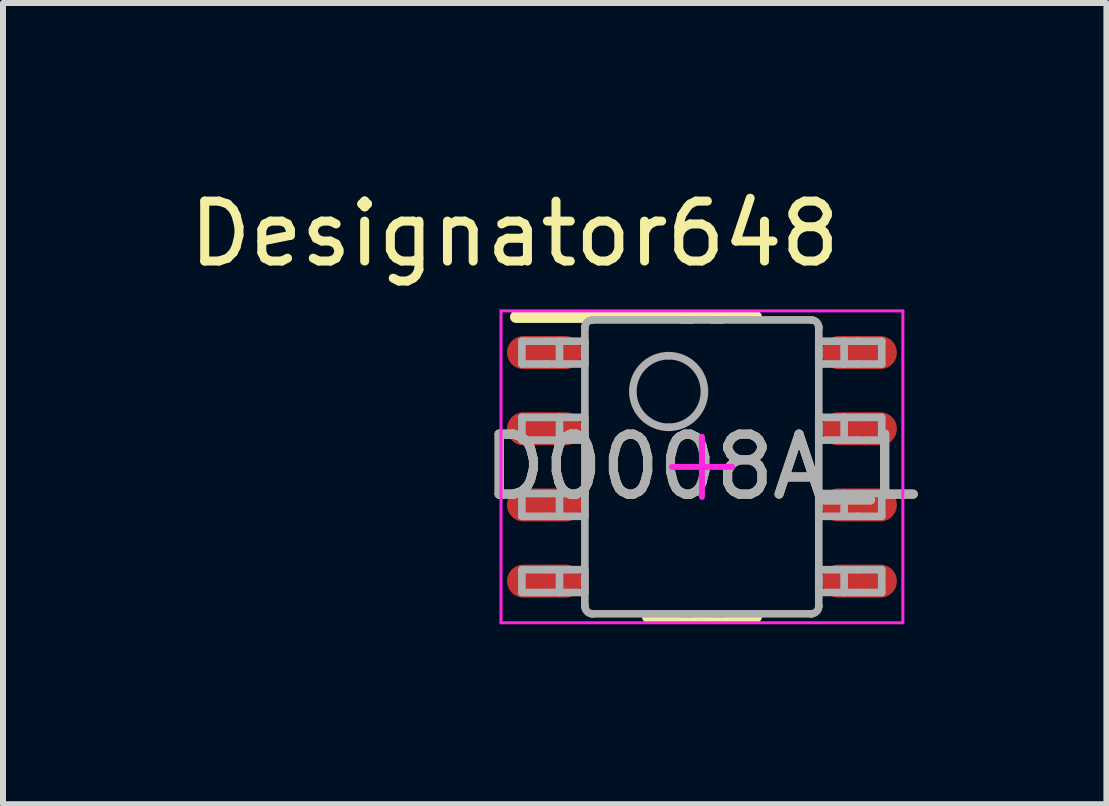
<source format=kicad_pcb>
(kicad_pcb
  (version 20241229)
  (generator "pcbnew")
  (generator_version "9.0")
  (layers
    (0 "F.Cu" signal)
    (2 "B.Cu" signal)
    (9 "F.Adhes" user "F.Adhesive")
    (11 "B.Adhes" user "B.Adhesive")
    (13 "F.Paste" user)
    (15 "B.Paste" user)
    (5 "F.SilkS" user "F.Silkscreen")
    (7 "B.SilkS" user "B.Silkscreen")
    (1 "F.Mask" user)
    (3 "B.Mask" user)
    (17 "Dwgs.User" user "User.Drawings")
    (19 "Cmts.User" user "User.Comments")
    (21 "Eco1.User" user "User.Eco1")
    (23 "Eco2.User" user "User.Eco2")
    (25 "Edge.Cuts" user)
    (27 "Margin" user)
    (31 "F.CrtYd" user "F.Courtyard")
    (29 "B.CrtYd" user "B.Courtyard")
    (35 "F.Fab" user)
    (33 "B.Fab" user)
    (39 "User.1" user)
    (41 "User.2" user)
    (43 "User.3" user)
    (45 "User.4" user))
  (footprint "D0008A_L"
    (layer "F.Cu")
    (at 8.654 4.734)
    (property "Reference" "D0008A_L" (at 0 0 0) (unlocked yes) (layer "F.SilkS") (effects (font (size 1 1) (thickness 0.15))))
    (attr smd)
    (fp_line (start -3.1 -2.5) (end 0.9 -2.5) (stroke (width 0.2) (type solid)) (layer "F.SilkS"))
    (fp_line (start -0.9 2.5) (end 0.9 2.5) (stroke (width 0.2) (type solid)) (layer "F.SilkS"))
    (fp_line (start -3.35 -2.6) (end 3.35 -2.6) (stroke (width 0.05) (type solid)) (layer "F.CrtYd"))
    (fp_line (start -3.35 2.6) (end -3.35 -2.6) (stroke (width 0.05) (type solid)) (layer "F.CrtYd"))
    (fp_line (start -3.35 2.6) (end 3.35 2.6) (stroke (width 0.05) (type solid)) (layer "F.CrtYd"))
    (fp_line (start -0.5 0) (end 0.5 0) (stroke (width 0.1) (type solid)) (layer "F.CrtYd"))
    (fp_line (start 0 0.5) (end 0 -0.5) (stroke (width 0.1) (type solid)) (layer "F.CrtYd"))
    (fp_line (start 3.35 2.6) (end 3.35 -2.6) (stroke (width 0.05) (type solid)) (layer "F.CrtYd"))
    (fp_line (start -3.002 -2.095) (end -2.589 -2.095) (stroke (width 0.127) (type solid)) (layer "F.Fab"))
    (fp_line (start -3.002 -1.715) (end -3.002 -2.095) (stroke (width 0.127) (type solid)) (layer "F.Fab"))
    (fp_line (start -3.002 -1.715) (end -2.589 -1.715) (stroke (width 0.127) (type solid)) (layer "F.Fab"))
    (fp_line (start -3.002 -0.825) (end -2.589 -0.825) (stroke (width 0.127) (type solid)) (layer "F.Fab"))
    (fp_line (start -3.002 -0.445) (end -3.002 -0.825) (stroke (width 0.127) (type solid)) (layer "F.Fab"))
    (fp_line (start -3.002 -0.445) (end -2.589 -0.445) (stroke (width 0.127) (type solid)) (layer "F.Fab"))
    (fp_line (start -3.002 0.445) (end -2.589 0.445) (stroke (width 0.127) (type solid)) (layer "F.Fab"))
    (fp_line (start -3.002 0.825) (end -3.002 0.445) (stroke (width 0.127) (type solid)) (layer "F.Fab"))
    (fp_line (start -3.002 0.825) (end -2.589 0.825) (stroke (width 0.127) (type solid)) (layer "F.Fab"))
    (fp_line (start -3.002 1.715) (end -2.589 1.715) (stroke (width 0.127) (type solid)) (layer "F.Fab"))
    (fp_line (start -3.002 2.095) (end -3.002 1.715) (stroke (width 0.127) (type solid)) (layer "F.Fab"))
    (fp_line (start -3.002 2.095) (end -2.589 2.095) (stroke (width 0.127) (type solid)) (layer "F.Fab"))
    (fp_line (start -2.589 -2.095) (end -2.375 -2.095) (stroke (width 0.127) (type solid)) (layer "F.Fab"))
    (fp_line (start -2.589 -1.715) (end -2.375 -1.715) (stroke (width 0.127) (type solid)) (layer "F.Fab"))
    (fp_line (start -2.589 -0.825) (end -2.375 -0.825) (stroke (width 0.127) (type solid)) (layer "F.Fab"))
    (fp_line (start -2.589 -0.445) (end -2.375 -0.445) (stroke (width 0.127) (type solid)) (layer "F.Fab"))
    (fp_line (start -2.589 0.445) (end -2.375 0.445) (stroke (width 0.127) (type solid)) (layer "F.Fab"))
    (fp_line (start -2.589 0.825) (end -2.375 0.825) (stroke (width 0.127) (type solid)) (layer "F.Fab"))
    (fp_line (start -2.589 1.715) (end -2.375 1.715) (stroke (width 0.127) (type solid)) (layer "F.Fab"))
    (fp_line (start -2.589 2.095) (end -2.375 2.095) (stroke (width 0.127) (type solid)) (layer "F.Fab"))
    (fp_line (start -2.375 -2.095) (end -1.995 -2.095) (stroke (width 0.127) (type solid)) (layer "F.Fab"))
    (fp_line (start -2.375 -1.715) (end -2.375 -2.095) (stroke (width 0.127) (type solid)) (layer "F.Fab"))
    (fp_line (start -2.375 -1.715) (end -1.995 -1.715) (stroke (width 0.127) (type solid)) (layer "F.Fab"))
    (fp_line (start -2.375 -0.825) (end -1.995 -0.825) (stroke (width 0.127) (type solid)) (layer "F.Fab"))
    (fp_line (start -2.375 -0.445) (end -2.375 -0.825) (stroke (width 0.127) (type solid)) (layer "F.Fab"))
    (fp_line (start -2.375 -0.445) (end -1.995 -0.445) (stroke (width 0.127) (type solid)) (layer "F.Fab"))
    (fp_line (start -2.375 0.445) (end -1.995 0.445) (stroke (width 0.127) (type solid)) (layer "F.Fab"))
    (fp_line (start -2.375 0.825) (end -2.375 0.445) (stroke (width 0.127) (type solid)) (layer "F.Fab"))
    (fp_line (start -2.375 0.825) (end -1.995 0.825) (stroke (width 0.127) (type solid)) (layer "F.Fab"))
    (fp_line (start -2.375 1.715) (end -1.995 1.715) (stroke (width 0.127) (type solid)) (layer "F.Fab"))
    (fp_line (start -2.375 2.095) (end -2.375 1.715) (stroke (width 0.127) (type solid)) (layer "F.Fab"))
    (fp_line (start -2.375 2.095) (end -1.995 2.095) (stroke (width 0.127) (type solid)) (layer "F.Fab"))
    (fp_line (start -1.995 -2.095) (end -1.952 -2.095) (stroke (width 0.127) (type solid)) (layer "F.Fab"))
    (fp_line (start -1.995 -1.715) (end -1.952 -1.715) (stroke (width 0.127) (type solid)) (layer "F.Fab"))
    (fp_line (start -1.995 -0.825) (end -1.952 -0.825) (stroke (width 0.127) (type solid)) (layer "F.Fab"))
    (fp_line (start -1.995 -0.445) (end -1.952 -0.445) (stroke (width 0.127) (type solid)) (layer "F.Fab"))
    (fp_line (start -1.995 0.445) (end -1.952 0.445) (stroke (width 0.127) (type solid)) (layer "F.Fab"))
    (fp_line (start -1.995 0.825) (end -1.952 0.825) (stroke (width 0.127) (type solid)) (layer "F.Fab"))
    (fp_line (start -1.995 1.715) (end -1.952 1.715) (stroke (width 0.127) (type solid)) (layer "F.Fab"))
    (fp_line (start -1.995 2.095) (end -1.952 2.095) (stroke (width 0.127) (type solid)) (layer "F.Fab"))
    (fp_line (start -1.952 -2.323) (end -1.952 -2.324) (stroke (width 0.127) (type solid)) (layer "F.Fab"))
    (fp_line (start -1.952 -1.715) (end -1.952 -2.095) (stroke (width 0.127) (type solid)) (layer "F.Fab"))
    (fp_line (start -1.952 -0.445) (end -1.952 -0.825) (stroke (width 0.127) (type solid)) (layer "F.Fab"))
    (fp_line (start -1.952 0.825) (end -1.952 0.445) (stroke (width 0.127) (type solid)) (layer "F.Fab"))
    (fp_line (start -1.952 2.095) (end -1.952 1.715) (stroke (width 0.127) (type solid)) (layer "F.Fab"))
    (fp_line (start -1.952 2.323) (end -1.952 -2.323) (stroke (width 0.127) (type solid)) (layer "F.Fab"))
    (fp_line (start -1.952 2.324) (end -1.952 2.323) (stroke (width 0.127) (type solid)) (layer "F.Fab"))
    (fp_line (start -1.826 -2.45) (end -1.825 -2.45) (stroke (width 0.127) (type solid)) (layer "F.Fab"))
    (fp_line (start -1.826 2.45) (end -1.825 2.45) (stroke (width 0.127) (type solid)) (layer "F.Fab"))
    (fp_line (start -1.825 -2.45) (end -0.332 -2.45) (stroke (width 0.127) (type solid)) (layer "F.Fab"))
    (fp_line (start -1.825 2.45) (end -0.332 2.45) (stroke (width 0.127) (type solid)) (layer "F.Fab"))
    (fp_line (start -0.332 -2.45) (end -0.182 -2.45) (stroke (width 0.127) (type solid)) (layer "F.Fab"))
    (fp_line (start -0.332 -2.45) (end -0.182 -2.45) (stroke (width 0.127) (type solid)) (layer "F.Fab"))
    (fp_line (start -0.332 2.45) (end -0.182 2.45) (stroke (width 0.127) (type solid)) (layer "F.Fab"))
    (fp_line (start -0.332 2.45) (end -0.182 2.45) (stroke (width 0.127) (type solid)) (layer "F.Fab"))
    (fp_line (start -0.182 -2.45) (end 0.178 -2.45) (stroke (width 0.127) (type solid)) (layer "F.Fab"))
    (fp_line (start -0.182 2.45) (end 0.178 2.45) (stroke (width 0.127) (type solid)) (layer "F.Fab"))
    (fp_line (start 0.178 -2.45) (end 0.328 -2.45) (stroke (width 0.127) (type solid)) (layer "F.Fab"))
    (fp_line (start 0.178 -2.45) (end 0.328 -2.45) (stroke (width 0.127) (type solid)) (layer "F.Fab"))
    (fp_line (start 0.178 2.45) (end 0.328 2.45) (stroke (width 0.127) (type solid)) (layer "F.Fab"))
    (fp_line (start 0.178 2.45) (end 0.328 2.45) (stroke (width 0.127) (type solid)) (layer "F.Fab"))
    (fp_line (start 0.328 -2.45) (end 1.821 -2.45) (stroke (width 0.127) (type solid)) (layer "F.Fab"))
    (fp_line (start 0.328 2.45) (end 1.821 2.45) (stroke (width 0.127) (type solid)) (layer "F.Fab"))
    (fp_line (start 1.821 -2.45) (end 1.822 -2.45) (stroke (width 0.127) (type solid)) (layer "F.Fab"))
    (fp_line (start 1.821 2.45) (end 1.822 2.45) (stroke (width 0.127) (type solid)) (layer "F.Fab"))
    (fp_line (start 1.948 -2.323) (end 1.948 -2.324) (stroke (width 0.127) (type solid)) (layer "F.Fab"))
    (fp_line (start 1.948 -2.095) (end 1.991 -2.095) (stroke (width 0.127) (type solid)) (layer "F.Fab"))
    (fp_line (start 1.948 -1.715) (end 1.948 -2.095) (stroke (width 0.127) (type solid)) (layer "F.Fab"))
    (fp_line (start 1.948 -1.715) (end 1.991 -1.715) (stroke (width 0.127) (type solid)) (layer "F.Fab"))
    (fp_line (start 1.948 -0.825) (end 1.991 -0.825) (stroke (width 0.127) (type solid)) (layer "F.Fab"))
    (fp_line (start 1.948 -0.445) (end 1.948 -0.825) (stroke (width 0.127) (type solid)) (layer "F.Fab"))
    (fp_line (start 1.948 -0.445) (end 1.991 -0.445) (stroke (width 0.127) (type solid)) (layer "F.Fab"))
    (fp_line (start 1.948 0.445) (end 1.991 0.445) (stroke (width 0.127) (type solid)) (layer "F.Fab"))
    (fp_line (start 1.948 0.825) (end 1.948 0.445) (stroke (width 0.127) (type solid)) (layer "F.Fab"))
    (fp_line (start 1.948 0.825) (end 1.991 0.825) (stroke (width 0.127) (type solid)) (layer "F.Fab"))
    (fp_line (start 1.948 1.715) (end 1.991 1.715) (stroke (width 0.127) (type solid)) (layer "F.Fab"))
    (fp_line (start 1.948 2.095) (end 1.948 1.715) (stroke (width 0.127) (type solid)) (layer "F.Fab"))
    (fp_line (start 1.948 2.095) (end 1.991 2.095) (stroke (width 0.127) (type solid)) (layer "F.Fab"))
    (fp_line (start 1.948 2.323) (end 1.948 -2.323) (stroke (width 0.127) (type solid)) (layer "F.Fab"))
    (fp_line (start 1.948 2.324) (end 1.948 2.323) (stroke (width 0.127) (type solid)) (layer "F.Fab"))
    (fp_line (start 1.991 -2.095) (end 2.371 -2.095) (stroke (width 0.127) (type solid)) (layer "F.Fab"))
    (fp_line (start 1.991 -1.715) (end 2.371 -1.715) (stroke (width 0.127) (type solid)) (layer "F.Fab"))
    (fp_line (start 1.991 -0.825) (end 2.371 -0.825) (stroke (width 0.127) (type solid)) (layer "F.Fab"))
    (fp_line (start 1.991 -0.445) (end 2.371 -0.445) (stroke (width 0.127) (type solid)) (layer "F.Fab"))
    (fp_line (start 1.991 0.445) (end 2.371 0.445) (stroke (width 0.127) (type solid)) (layer "F.Fab"))
    (fp_line (start 1.991 0.825) (end 2.371 0.825) (stroke (width 0.127) (type solid)) (layer "F.Fab"))
    (fp_line (start 1.991 1.715) (end 2.371 1.715) (stroke (width 0.127) (type solid)) (layer "F.Fab"))
    (fp_line (start 1.991 2.095) (end 2.371 2.095) (stroke (width 0.127) (type solid)) (layer "F.Fab"))
    (fp_line (start 2.371 -2.095) (end 2.585 -2.095) (stroke (width 0.127) (type solid)) (layer "F.Fab"))
    (fp_line (start 2.371 -1.715) (end 2.371 -2.095) (stroke (width 0.127) (type solid)) (layer "F.Fab"))
    (fp_line (start 2.371 -1.715) (end 2.585 -1.715) (stroke (width 0.127) (type solid)) (layer "F.Fab"))
    (fp_line (start 2.371 -0.825) (end 2.585 -0.825) (stroke (width 0.127) (type solid)) (layer "F.Fab"))
    (fp_line (start 2.371 -0.445) (end 2.371 -0.825) (stroke (width 0.127) (type solid)) (layer "F.Fab"))
    (fp_line (start 2.371 -0.445) (end 2.585 -0.445) (stroke (width 0.127) (type solid)) (layer "F.Fab"))
    (fp_line (start 2.371 0.445) (end 2.585 0.445) (stroke (width 0.127) (type solid)) (layer "F.Fab"))
    (fp_line (start 2.371 0.825) (end 2.371 0.445) (stroke (width 0.127) (type solid)) (layer "F.Fab"))
    (fp_line (start 2.371 0.825) (end 2.585 0.825) (stroke (width 0.127) (type solid)) (layer "F.Fab"))
    (fp_line (start 2.371 1.715) (end 2.585 1.715) (stroke (width 0.127) (type solid)) (layer "F.Fab"))
    (fp_line (start 2.371 2.095) (end 2.371 1.715) (stroke (width 0.127) (type solid)) (layer "F.Fab"))
    (fp_line (start 2.371 2.095) (end 2.585 2.095) (stroke (width 0.127) (type solid)) (layer "F.Fab"))
    (fp_line (start 2.585 -2.095) (end 2.998 -2.095) (stroke (width 0.127) (type solid)) (layer "F.Fab"))
    (fp_line (start 2.585 -1.715) (end 2.998 -1.715) (stroke (width 0.127) (type solid)) (layer "F.Fab"))
    (fp_line (start 2.585 -0.825) (end 2.998 -0.825) (stroke (width 0.127) (type solid)) (layer "F.Fab"))
    (fp_line (start 2.585 -0.445) (end 2.998 -0.445) (stroke (width 0.127) (type solid)) (layer "F.Fab"))
    (fp_line (start 2.585 0.445) (end 2.998 0.445) (stroke (width 0.127) (type solid)) (layer "F.Fab"))
    (fp_line (start 2.585 0.825) (end 2.998 0.825) (stroke (width 0.127) (type solid)) (layer "F.Fab"))
    (fp_line (start 2.585 1.715) (end 2.998 1.715) (stroke (width 0.127) (type solid)) (layer "F.Fab"))
    (fp_line (start 2.585 2.095) (end 2.998 2.095) (stroke (width 0.127) (type solid)) (layer "F.Fab"))
    (fp_line (start 2.998 -1.715) (end 2.998 -2.095) (stroke (width 0.127) (type solid)) (layer "F.Fab"))
    (fp_line (start 2.998 -0.445) (end 2.998 -0.825) (stroke (width 0.127) (type solid)) (layer "F.Fab"))
    (fp_line (start 2.998 0.825) (end 2.998 0.445) (stroke (width 0.127) (type solid)) (layer "F.Fab"))
    (fp_line (start 2.998 2.095) (end 2.998 1.715) (stroke (width 0.127) (type solid)) (layer "F.Fab"))
    (fp_arc (start -1.952002 -2.323941) (mid -1.914806 -2.412806) (end -1.825941 -2.450002) (stroke (width 0.127) (type solid)) (layer "F.Fab"))
    (fp_arc (start -1.825941 2.449992) (mid -1.914806 2.412795) (end -1.952002 2.323931) (stroke (width 0.127) (type solid)) (layer "F.Fab"))
    (fp_arc (start -0.555 -1.8531) (mid 0.0419 -1.2562) (end -0.555 -0.6593) (stroke (width 0.127) (type solid)) (layer "F.Fab"))
    (fp_arc (start -0.555 -0.6593) (mid -1.1519 -1.2562) (end -0.555 -1.8531) (stroke (width 0.127) (type solid)) (layer "F.Fab"))
    (fp_arc (start 1.821933 -2.450002) (mid 1.910797 -2.412806) (end 1.947994 -2.323941) (stroke (width 0.127) (type solid)) (layer "F.Fab"))
    (fp_arc (start 1.947994 2.323931) (mid 1.910797 2.412795) (end 1.821933 2.449992) (stroke (width 0.127) (type solid)) (layer "F.Fab"))
    (fp_text user "Designator648" (at -3.124 -3.886 0) (unlocked yes) (layer "F.SilkS") (effects (font (size 1 1) (thickness 0.15))))
    (fp_text user "${REFERENCE}" (at 0 0 0) (unlocked yes) (layer "F.Fab") (effects (font (size 1 1) (thickness 0.15))))
    (pad "1" smd oval (at -2.625 -1.905 90) (size 0.55 1.25) (layers "F.Cu" "F.Mask" "F.Paste"))
    (pad "2" smd oval (at -2.625 -0.635 90) (size 0.55 1.25) (layers "F.Cu" "F.Mask" "F.Paste"))
    (pad "3" smd oval (at -2.625 0.635 90) (size 0.55 1.25) (layers "F.Cu" "F.Mask" "F.Paste"))
    (pad "4" smd oval (at -2.625 1.905 90) (size 0.55 1.25) (layers "F.Cu" "F.Mask" "F.Paste"))
    (pad "5" smd oval (at 2.625 1.905 90) (size 0.55 1.25) (layers "F.Cu" "F.Mask" "F.Paste"))
    (pad "6" smd oval (at 2.625 0.635 90) (size 0.55 1.25) (layers "F.Cu" "F.Mask" "F.Paste"))
    (pad "7" smd oval (at 2.625 -0.635 90) (size 0.55 1.25) (layers "F.Cu" "F.Mask" "F.Paste"))
    (pad "8" smd oval (at 2.625 -1.905 90) (size 0.55 1.25) (layers "F.Cu" "F.Mask" "F.Paste")))
  (gr_rect
    (start -3 -3)
    (end 15.398 10.359)
    (stroke (width 0.1) (type default))
    (fill no)
    (layer "Edge.Cuts")))
</source>
